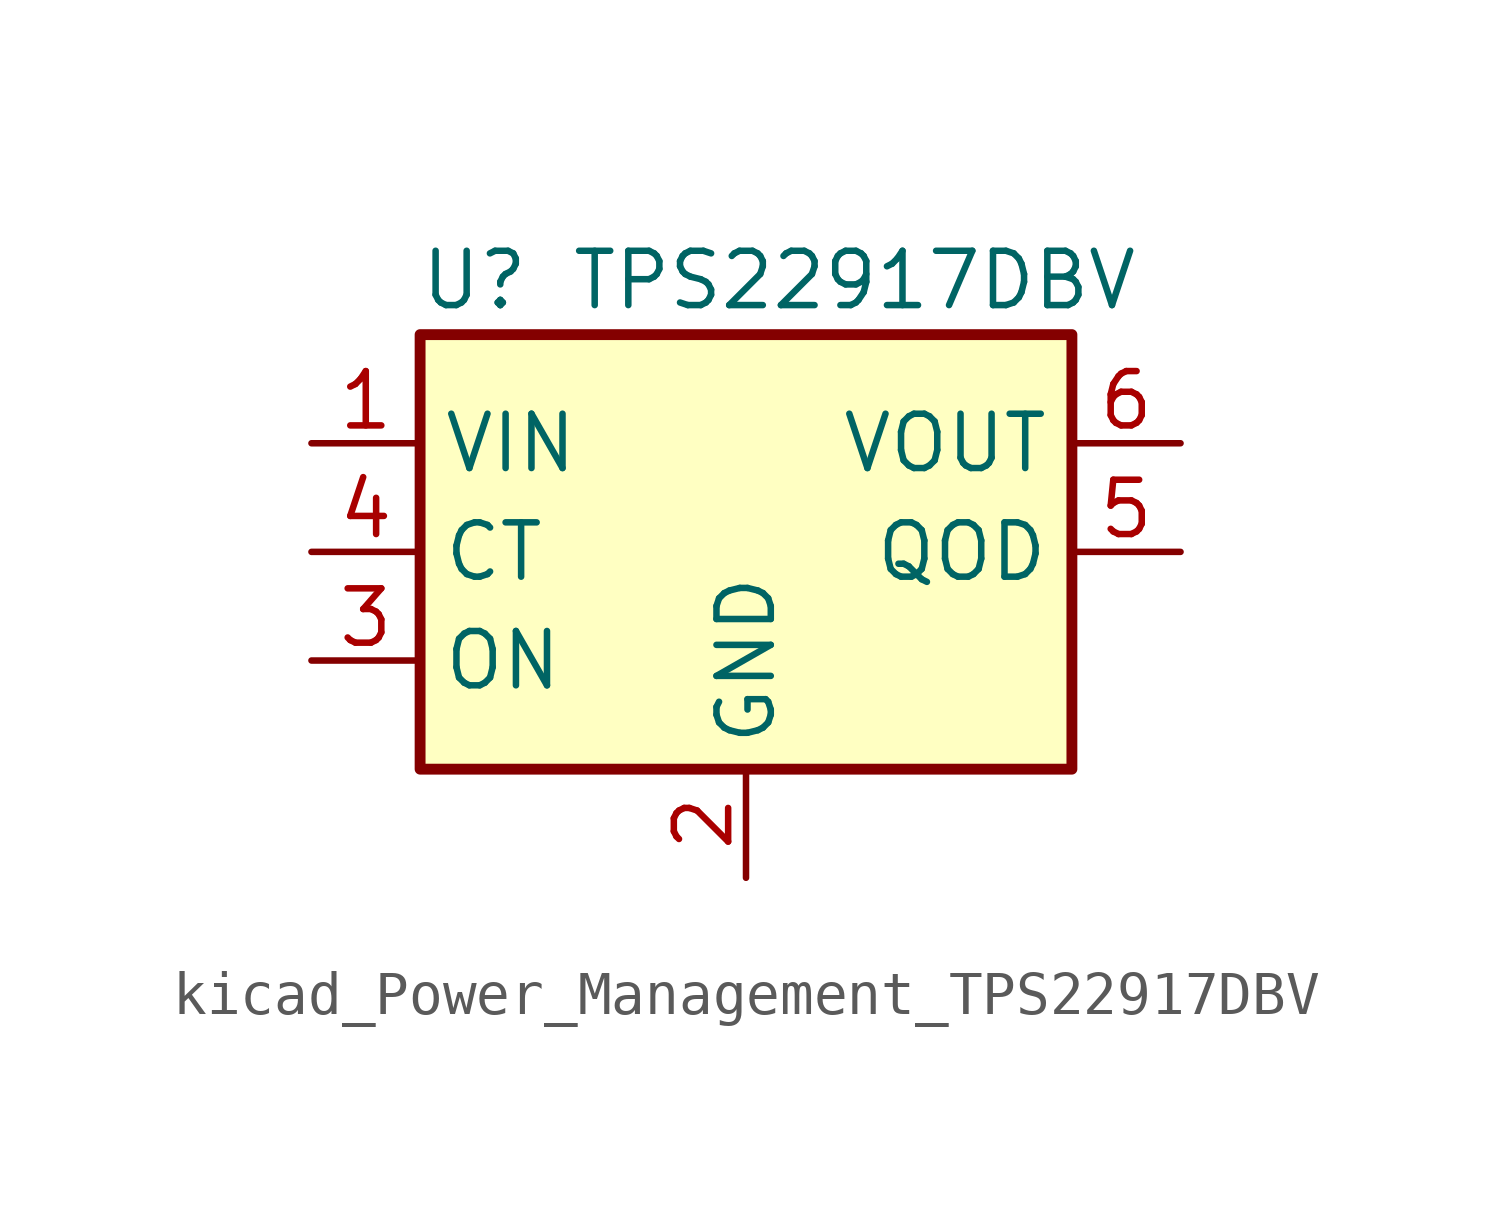
<source format=kicad_sym>
(kicad_symbol_lib
  (version 20220914)
  (generator kicad_symbol_editor)
  (symbol "kicad_Power_Management_TPS22917DBV"
    (property "Reference" "U"
      (at -6.35 6.35 0)
      (effects (font (size 1.27 1.27))))
    (property "Value" "TPS22917DBV"
      (at 2.54 6.35 0)
      (effects (font (size 1.27 1.27))))
    (symbol "kicad_Power_Management_TPS22917DBV_0_1"
      (rectangle (start -7.62 5.08) (end 7.62 -5.08) (stroke (width 0.254) (type default)) (fill (type background))))
    (symbol "kicad_Power_Management_TPS22917DBV_1_1"
      (pin power_in line (at -10.16 2.54 0) (length 2.54) (name "VIN" (effects (font (size 1.27 1.27)))) (number "1" (effects (font (size 1.27 1.27)))))
      (pin power_in line (at 0 -7.62 90) (length 2.54) (name "GND" (effects (font (size 1.27 1.27)))) (number "2" (effects (font (size 1.27 1.27)))))
      (pin input line (at -10.16 -2.54 0) (length 2.54) (name "ON" (effects (font (size 1.27 1.27)))) (number "3" (effects (font (size 1.27 1.27)))))
      (pin output line (at -10.16 0 0) (length 2.54) (name "CT" (effects (font (size 1.27 1.27)))) (number "4" (effects (font (size 1.27 1.27)))))
      (pin open_collector line (at 10.16 0 180) (length 2.54) (name "QOD" (effects (font (size 1.27 1.27)))) (number "5" (effects (font (size 1.27 1.27)))))
      (pin power_out line (at 10.16 2.54 180) (length 2.54) (name "VOUT" (effects (font (size 1.27 1.27)))) (number "6" (effects (font (size 1.27 1.27))))))))
</source>
